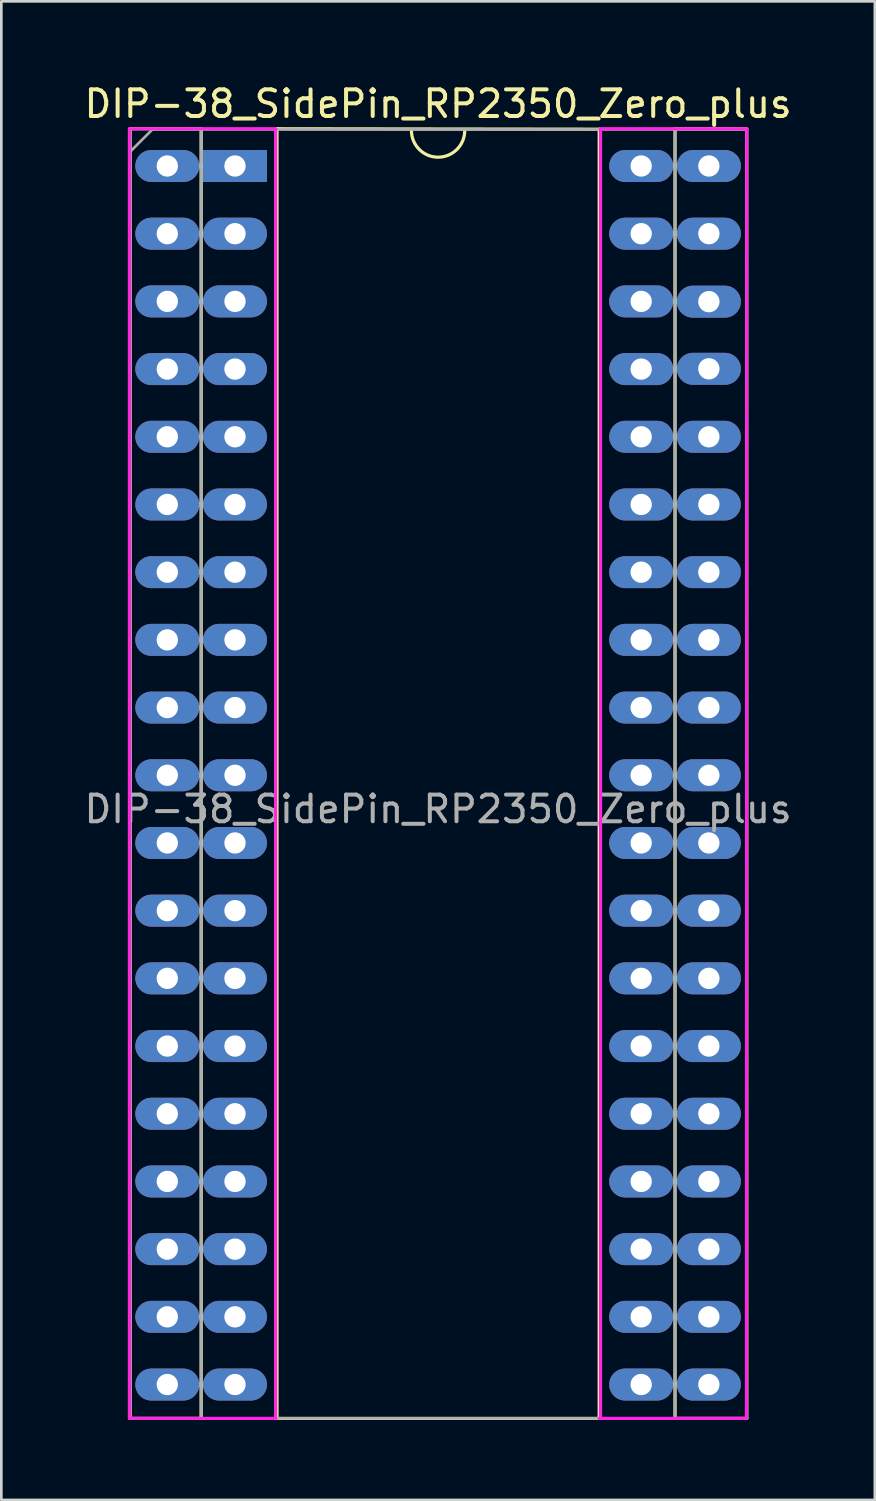
<source format=kicad_pcb>
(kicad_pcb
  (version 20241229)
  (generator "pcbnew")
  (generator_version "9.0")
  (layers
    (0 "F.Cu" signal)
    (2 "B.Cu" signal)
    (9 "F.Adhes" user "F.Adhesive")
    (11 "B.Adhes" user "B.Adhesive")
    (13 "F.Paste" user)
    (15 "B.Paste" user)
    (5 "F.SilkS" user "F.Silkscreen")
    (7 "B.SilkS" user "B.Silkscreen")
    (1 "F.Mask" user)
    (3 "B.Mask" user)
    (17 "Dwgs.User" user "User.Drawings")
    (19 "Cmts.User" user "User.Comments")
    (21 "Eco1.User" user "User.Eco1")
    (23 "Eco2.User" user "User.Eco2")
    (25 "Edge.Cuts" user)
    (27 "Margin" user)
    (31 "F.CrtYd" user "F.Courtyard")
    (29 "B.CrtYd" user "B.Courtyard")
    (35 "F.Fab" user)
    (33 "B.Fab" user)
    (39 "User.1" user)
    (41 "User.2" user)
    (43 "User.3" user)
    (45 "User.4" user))
  (footprint "DIP-38_SidePin_RP2350_Zero_plus"
    (layer "F.Cu")
    (at 5.767 3.178)
    (property "Reference" "DIP-38_SidePin_RP2350_Zero_plus" (at 7.62 -2.33 0) (layer "F.SilkS") (effects (font (size 1 1) (thickness 0.15))))
    (attr through_hole allow_missing_courtyard)
    (fp_line (start -1.422 17.78) (end -1.118 17.78) (stroke (width 0.2) (type default)) (layer "B.Cu"))
    (fp_line (start -1.422 20.32) (end -1.067 20.32) (stroke (width 0.2) (type default)) (layer "B.Cu"))
    (fp_line (start -1.422 22.86) (end -1.2 22.86) (stroke (width 0.2) (type default)) (layer "B.Cu"))
    (fp_line (start -1.422 25.4) (end -1.118 25.4) (stroke (width 0.2) (type default)) (layer "B.Cu"))
    (fp_line (start -1.422 30.48) (end -1.118 30.48) (stroke (width 0.2) (type default)) (layer "B.Cu"))
    (fp_line (start -1.422 33.02) (end -1.118 33.02) (stroke (width 0.2) (type default)) (layer "B.Cu"))
    (fp_line (start -1.422 35.56) (end -1.118 35.56) (stroke (width 0.2) (type default)) (layer "B.Cu"))
    (fp_line (start -1.422 40.64) (end -1.118 40.64) (stroke (width 0.2) (type default)) (layer "B.Cu"))
    (fp_line (start -1.422 45.72) (end -1.2 45.72) (stroke (width 0.2) (type default)) (layer "B.Cu"))
    (fp_line (start -1.372 43.18) (end -1.118 43.18) (stroke (width 0.2) (type default)) (layer "B.Cu"))
    (fp_line (start -1.34 0) (end -1.2 0) (stroke (width 0.2) (type default)) (layer "B.Cu"))
    (fp_line (start -1.34 2.54) (end -1.2 2.54) (stroke (width 0.2) (type default)) (layer "B.Cu"))
    (fp_line (start -1.34 5.08) (end -1.2 5.08) (stroke (width 0.2) (type default)) (layer "B.Cu"))
    (fp_line (start -1.34 7.62) (end -1.168 7.62) (stroke (width 0.2) (type default)) (layer "B.Cu"))
    (fp_line (start -1.34 10.16) (end -1.2 10.16) (stroke (width 0.2) (type default)) (layer "B.Cu"))
    (fp_line (start -1.34 12.7) (end -1.2 12.7) (stroke (width 0.2) (type default)) (layer "B.Cu"))
    (fp_line (start -1.34 15.24) (end -1.118 15.24) (stroke (width 0.2) (type default)) (layer "B.Cu"))
    (fp_line (start -1.34 27.94) (end -1.118 27.94) (stroke (width 0.2) (type default)) (layer "B.Cu"))
    (fp_line (start -1.34 38.1) (end -1.2 38.1) (stroke (width 0.2) (type default)) (layer "B.Cu"))
    (fp_line (start 16.256 43.18) (end 16.662 43.18) (stroke (width 0.2) (type default)) (layer "B.Cu"))
    (fp_line (start 16.307 17.78) (end 16.662 17.78) (stroke (width 0.2) (type default)) (layer "B.Cu"))
    (fp_line (start 16.307 30.48) (end 16.713 30.48) (stroke (width 0.2) (type default)) (layer "B.Cu"))
    (fp_line (start 16.358 15.24) (end 16.612 15.24) (stroke (width 0.2) (type default)) (layer "B.Cu"))
    (fp_line (start 16.358 22.86) (end 16.662 22.86) (stroke (width 0.2) (type default)) (layer "B.Cu"))
    (fp_line (start 16.358 27.94) (end 16.662 27.94) (stroke (width 0.2) (type default)) (layer "B.Cu"))
    (fp_line (start 16.358 35.56) (end 16.662 35.56) (stroke (width 0.2) (type default)) (layer "B.Cu"))
    (fp_line (start 16.358 38.1) (end 16.713 38.1) (stroke (width 0.2) (type default)) (layer "B.Cu"))
    (fp_line (start 16.358 45.72) (end 16.662 45.72) (stroke (width 0.2) (type default)) (layer "B.Cu"))
    (fp_line (start 16.408 20.32) (end 16.662 20.32) (stroke (width 0.2) (type default)) (layer "B.Cu"))
    (fp_line (start 16.44 0) (end 16.612 0) (stroke (width 0.2) (type default)) (layer "B.Cu"))
    (fp_line (start 16.44 2.54) (end 16.662 2.54) (stroke (width 0.2) (type default)) (layer "B.Cu"))
    (fp_line (start 16.44 5.08) (end 16.612 5.08) (stroke (width 0.2) (type default)) (layer "B.Cu"))
    (fp_line (start 16.44 7.62) (end 16.713 7.62) (stroke (width 0.2) (type default)) (layer "B.Cu"))
    (fp_line (start 16.44 10.16) (end 16.58 10.16) (stroke (width 0.2) (type default)) (layer "B.Cu"))
    (fp_line (start 16.44 12.7) (end 16.662 12.7) (stroke (width 0.2) (type default)) (layer "B.Cu"))
    (fp_line (start 16.44 25.4) (end 16.58 25.4) (stroke (width 0.2) (type default)) (layer "B.Cu"))
    (fp_line (start 16.44 33.02) (end 16.662 33.02) (stroke (width 0.2) (type default)) (layer "B.Cu"))
    (fp_line (start 16.44 40.64) (end 16.713 40.64) (stroke (width 0.2) (type default)) (layer "B.Cu"))
    (fp_line (start -3.937 -1.397) (end -3.937 46.99) (stroke (width 0.12) (type solid)) (layer "F.SilkS"))
    (fp_line (start -3.937 -1.397) (end -1.27 -1.397) (stroke (width 0.12) (type solid)) (layer "F.SilkS"))
    (fp_line (start -3.937 46.99) (end -1.27 46.99) (stroke (width 0.12) (type solid)) (layer "F.SilkS"))
    (fp_line (start -1.27 -1.397) (end -1.27 46.99) (stroke (width 0.12) (type solid)) (layer "F.SilkS"))
    (fp_line (start 1.575 -1.397) (end 1.575 46.99) (stroke (width 0.12) (type solid)) (layer "F.SilkS"))
    (fp_line (start 1.575 46.99) (end 13.665 46.99) (stroke (width 0.12) (type solid)) (layer "F.SilkS"))
    (fp_line (start 13.665 46.99) (end 13.666 -1.381) (stroke (width 0.12) (type solid)) (layer "F.SilkS"))
    (fp_line (start 13.666 -1.381) (end 1.575 -1.397) (stroke (width 0.12) (type solid)) (layer "F.SilkS"))
    (fp_line (start 16.51 -1.397) (end 19.2 -1.397) (stroke (width 0.12) (type solid)) (layer "F.SilkS"))
    (fp_line (start 16.51 46.99) (end 16.51 -1.397) (stroke (width 0.12) (type solid)) (layer "F.SilkS"))
    (fp_line (start 16.51 46.99) (end 19.202 46.99) (stroke (width 0.12) (type solid)) (layer "F.SilkS"))
    (fp_line (start 19.2 -1.397) (end 19.202 46.99) (stroke (width 0.12) (type solid)) (layer "F.SilkS"))
    (fp_arc (start 8.62 -1.33) (mid 7.62 -0.33) (end 6.62 -1.33) (stroke (width 0.12) (type solid)) (layer "F.SilkS"))
    (fp_line (start -3.962 -1.397) (end -3.962 46.99) (stroke (width 0.12) (type solid)) (layer "F.CrtYd"))
    (fp_line (start -3.937 46.99) (end 1.524 46.99) (stroke (width 0.12) (type solid)) (layer "F.CrtYd"))
    (fp_line (start 1.524 -1.397) (end -3.937 -1.397) (stroke (width 0.12) (type solid)) (layer "F.CrtYd"))
    (fp_line (start 1.524 46.99) (end 1.524 -1.397) (stroke (width 0.12) (type solid)) (layer "F.CrtYd"))
    (fp_line (start 13.665 46.99) (end 19.19 46.99) (stroke (width 0.12) (type solid)) (layer "F.CrtYd"))
    (fp_line (start 13.716 -1.397) (end 13.716 46.99) (stroke (width 0.12) (type solid)) (layer "F.CrtYd"))
    (fp_line (start 19.188 -1.397) (end 13.716 -1.397) (stroke (width 0.12) (type solid)) (layer "F.CrtYd"))
    (fp_line (start 19.202 -1.397) (end 19.19 46.99) (stroke (width 0.12) (type solid)) (layer "F.CrtYd"))
    (fp_line (start -3.937 46.99) (end -3.937 -0.533) (stroke (width 0.1) (type solid)) (layer "F.Fab"))
    (fp_line (start -3.937 46.99) (end 19.202 46.99) (stroke (width 0.1) (type solid)) (layer "F.Fab"))
    (fp_line (start -3.912 -0.559) (end -3.099 -1.372) (stroke (width 0.1) (type solid)) (layer "F.Fab"))
    (fp_line (start -1.27 -1.372) (end -1.27 46.99) (stroke (width 0.1) (type solid)) (layer "F.Fab"))
    (fp_line (start 1.524 46.99) (end 1.524 -1.372) (stroke (width 0.1) (type solid)) (layer "F.Fab"))
    (fp_line (start 13.716 46.99) (end 13.716 -1.372) (stroke (width 0.1) (type solid)) (layer "F.Fab"))
    (fp_line (start 16.51 46.99) (end 16.51 -1.372) (stroke (width 0.1) (type solid)) (layer "F.Fab"))
    (fp_line (start 19.202 -1.372) (end -3.099 -1.372) (stroke (width 0.1) (type solid)) (layer "F.Fab"))
    (fp_line (start 19.202 -1.372) (end 19.202 46.99) (stroke (width 0.1) (type solid)) (layer "F.Fab"))
    (fp_text user "${REFERENCE}" (at 7.62 24.13 0) (layer "F.Fab") (effects (font (size 1 1) (thickness 0.15))))
    (pad "1" thru_hole oval (at -2.54 0) (size 2.4 1.2) (drill 0.8) (layers "*.Cu" "*.Mask"))
    (pad "1" thru_hole rect (at 0 0) (size 2.4 1.2) (drill 0.8) (layers "*.Cu" "*.Mask"))
    (pad "2" thru_hole oval (at -2.54 2.54) (size 2.4 1.2) (drill 0.8) (layers "*.Cu" "*.Mask"))
    (pad "2" thru_hole oval (at 0 2.54) (size 2.4 1.2) (drill 0.8) (layers "*.Cu" "*.Mask"))
    (pad "3" thru_hole oval (at -2.54 5.08) (size 2.4 1.2) (drill 0.8) (layers "*.Cu" "*.Mask"))
    (pad "3" thru_hole oval (at 0 5.08) (size 2.4 1.2) (drill 0.8) (layers "*.Cu" "*.Mask"))
    (pad "4" thru_hole oval (at -2.54 7.62) (size 2.4 1.2) (drill 0.8) (layers "*.Cu" "*.Mask"))
    (pad "4" thru_hole oval (at 0 7.62) (size 2.4 1.2) (drill 0.8) (layers "*.Cu" "*.Mask"))
    (pad "5" thru_hole oval (at -2.54 10.16) (size 2.4 1.2) (drill 0.8) (layers "*.Cu" "*.Mask"))
    (pad "5" thru_hole oval (at 0 10.16) (size 2.4 1.2) (drill 0.8) (layers "*.Cu" "*.Mask"))
    (pad "6" thru_hole oval (at -2.54 12.7) (size 2.4 1.2) (drill 0.8) (layers "*.Cu" "*.Mask"))
    (pad "6" thru_hole oval (at 0 12.7) (size 2.4 1.2) (drill 0.8) (layers "*.Cu" "*.Mask"))
    (pad "7" thru_hole oval (at -2.54 15.24) (size 2.4 1.2) (drill 0.8) (layers "*.Cu" "*.Mask"))
    (pad "7" thru_hole oval (at 0 15.24) (size 2.4 1.2) (drill 0.8) (layers "*.Cu" "*.Mask"))
    (pad "8" thru_hole oval (at -2.54 17.78) (size 2.4 1.2) (drill 0.8) (layers "*.Cu" "*.Mask"))
    (pad "8" thru_hole oval (at 0 17.78) (size 2.4 1.2) (drill 0.8) (layers "*.Cu" "*.Mask"))
    (pad "9" thru_hole oval (at -2.54 20.32) (size 2.4 1.2) (drill 0.8) (layers "*.Cu" "*.Mask"))
    (pad "9" thru_hole oval (at 0 20.32) (size 2.4 1.2) (drill 0.8) (layers "*.Cu" "*.Mask"))
    (pad "10" thru_hole oval (at -2.54 22.86) (size 2.4 1.2) (drill 0.8) (layers "*.Cu" "*.Mask"))
    (pad "10" thru_hole oval (at 0 22.86) (size 2.4 1.2) (drill 0.8) (layers "*.Cu" "*.Mask"))
    (pad "11" thru_hole oval (at -2.54 25.4) (size 2.4 1.2) (drill 0.8) (layers "*.Cu" "*.Mask"))
    (pad "11" thru_hole oval (at 0 25.4) (size 2.4 1.2) (drill 0.8) (layers "*.Cu" "*.Mask"))
    (pad "12" thru_hole oval (at -2.54 27.94) (size 2.4 1.2) (drill 0.8) (layers "*.Cu" "*.Mask"))
    (pad "12" thru_hole oval (at 0 27.94) (size 2.4 1.2) (drill 0.8) (layers "*.Cu" "*.Mask"))
    (pad "13" thru_hole oval (at -2.54 30.48) (size 2.4 1.2) (drill 0.8) (layers "*.Cu" "*.Mask"))
    (pad "13" thru_hole oval (at 0 30.48) (size 2.4 1.2) (drill 0.8) (layers "*.Cu" "*.Mask"))
    (pad "14" thru_hole oval (at -2.54 33.02) (size 2.4 1.2) (drill 0.8) (layers "*.Cu" "*.Mask"))
    (pad "14" thru_hole oval (at 0 33.02) (size 2.4 1.2) (drill 0.8) (layers "*.Cu" "*.Mask"))
    (pad "15" thru_hole oval (at -2.54 35.56) (size 2.4 1.2) (drill 0.8) (layers "*.Cu" "*.Mask"))
    (pad "15" thru_hole oval (at 0 35.56) (size 2.4 1.2) (drill 0.8) (layers "*.Cu" "*.Mask"))
    (pad "16" thru_hole oval (at -2.54 38.1) (size 2.4 1.2) (drill 0.8) (layers "*.Cu" "*.Mask"))
    (pad "16" thru_hole oval (at 0 38.1) (size 2.4 1.2) (drill 0.8) (layers "*.Cu" "*.Mask"))
    (pad "17" thru_hole oval (at -2.54 40.64) (size 2.4 1.2) (drill 0.8) (layers "*.Cu" "*.Mask"))
    (pad "17" thru_hole oval (at 0 40.64) (size 2.4 1.2) (drill 0.8) (layers "*.Cu" "*.Mask"))
    (pad "18" thru_hole oval (at -2.54 43.18) (size 2.4 1.2) (drill 0.8) (layers "*.Cu" "*.Mask"))
    (pad "18" thru_hole oval (at 0 43.18) (size 2.4 1.2) (drill 0.8) (layers "*.Cu" "*.Mask"))
    (pad "19" thru_hole oval (at -2.54 45.72) (size 2.4 1.2) (drill 0.8) (layers "*.Cu" "*.Mask"))
    (pad "19" thru_hole oval (at 0 45.72) (size 2.4 1.2) (drill 0.8) (layers "*.Cu" "*.Mask"))
    (pad "20" thru_hole oval (at 15.24 45.72) (size 2.4 1.2) (drill 0.8) (layers "*.Cu" "*.Mask"))
    (pad "20" thru_hole oval (at 17.78 45.72) (size 2.4 1.2) (drill 0.8) (layers "*.Cu" "*.Mask"))
    (pad "21" thru_hole oval (at 15.24 43.18) (size 2.4 1.2) (drill 0.8) (layers "*.Cu" "*.Mask"))
    (pad "21" thru_hole oval (at 17.78 43.18) (size 2.4 1.2) (drill 0.8) (layers "*.Cu" "*.Mask"))
    (pad "22" thru_hole oval (at 15.24 40.64) (size 2.4 1.2) (drill 0.8) (layers "*.Cu" "*.Mask"))
    (pad "22" thru_hole oval (at 17.78 40.64) (size 2.4 1.2) (drill 0.8) (layers "*.Cu" "*.Mask"))
    (pad "23" thru_hole oval (at 15.24 38.1) (size 2.4 1.2) (drill 0.8) (layers "*.Cu" "*.Mask"))
    (pad "23" thru_hole oval (at 17.78 38.1) (size 2.4 1.2) (drill 0.8) (layers "*.Cu" "*.Mask"))
    (pad "24" thru_hole oval (at 15.24 35.56) (size 2.4 1.2) (drill 0.8) (layers "*.Cu" "*.Mask"))
    (pad "24" thru_hole oval (at 17.78 35.56) (size 2.4 1.2) (drill 0.8) (layers "*.Cu" "*.Mask"))
    (pad "25" thru_hole oval (at 15.24 33.02) (size 2.4 1.2) (drill 0.8) (layers "*.Cu" "*.Mask"))
    (pad "25" thru_hole oval (at 17.78 33.02) (size 2.4 1.2) (drill 0.8) (layers "*.Cu" "*.Mask"))
    (pad "26" thru_hole oval (at 15.24 30.48) (size 2.4 1.2) (drill 0.8) (layers "*.Cu" "*.Mask"))
    (pad "26" thru_hole oval (at 17.78 30.48) (size 2.4 1.2) (drill 0.8) (layers "*.Cu" "*.Mask"))
    (pad "27" thru_hole oval (at 15.24 27.94) (size 2.4 1.2) (drill 0.8) (layers "*.Cu" "*.Mask"))
    (pad "27" thru_hole oval (at 17.78 27.94) (size 2.4 1.2) (drill 0.8) (layers "*.Cu" "*.Mask"))
    (pad "28" thru_hole oval (at 15.24 25.4) (size 2.4 1.2) (drill 0.8) (layers "*.Cu" "*.Mask"))
    (pad "28" thru_hole oval (at 17.78 25.4) (size 2.4 1.2) (drill 0.8) (layers "*.Cu" "*.Mask"))
    (pad "29" thru_hole oval (at 15.24 22.86) (size 2.4 1.2) (drill 0.8) (layers "*.Cu" "*.Mask"))
    (pad "29" thru_hole oval (at 17.78 22.86) (size 2.4 1.2) (drill 0.8) (layers "*.Cu" "*.Mask"))
    (pad "30" thru_hole oval (at 15.24 20.32) (size 2.4 1.2) (drill 0.8) (layers "*.Cu" "*.Mask"))
    (pad "30" thru_hole oval (at 17.78 20.32) (size 2.4 1.2) (drill 0.8) (layers "*.Cu" "*.Mask"))
    (pad "31" thru_hole oval (at 15.24 17.78) (size 2.4 1.2) (drill 0.8) (layers "*.Cu" "*.Mask"))
    (pad "31" thru_hole oval (at 17.78 17.78) (size 2.4 1.2) (drill 0.8) (layers "*.Cu" "*.Mask"))
    (pad "32" thru_hole oval (at 15.24 15.24) (size 2.4 1.2) (drill 0.8) (layers "*.Cu" "*.Mask"))
    (pad "32" thru_hole oval (at 17.78 15.24) (size 2.4 1.2) (drill 0.8) (layers "*.Cu" "*.Mask"))
    (pad "33" thru_hole oval (at 15.24 12.7) (size 2.4 1.2) (drill 0.8) (layers "*.Cu" "*.Mask"))
    (pad "33" thru_hole oval (at 17.78 12.7) (size 2.4 1.2) (drill 0.8) (layers "*.Cu" "*.Mask"))
    (pad "34" thru_hole oval (at 15.24 10.16) (size 2.4 1.2) (drill 0.8) (layers "*.Cu" "*.Mask"))
    (pad "34" thru_hole oval (at 17.78 10.16) (size 2.4 1.2) (drill 0.8) (layers "*.Cu" "*.Mask"))
    (pad "35" thru_hole oval (at 15.24 7.62) (size 2.4 1.2) (drill 0.8) (layers "*.Cu" "*.Mask"))
    (pad "35" thru_hole oval (at 17.78 7.61) (size 2.4 1.2) (drill 0.8) (layers "*.Cu" "*.Mask"))
    (pad "36" thru_hole oval (at 15.24 5.08) (size 2.4 1.2) (drill 0.8) (layers "*.Cu" "*.Mask"))
    (pad "36" thru_hole oval (at 17.78 5.09) (size 2.4 1.2) (drill 0.8) (layers "*.Cu" "*.Mask"))
    (pad "37" thru_hole oval (at 15.24 2.54) (size 2.4 1.2) (drill 0.8) (layers "*.Cu" "*.Mask"))
    (pad "37" thru_hole oval (at 17.78 2.54) (size 2.4 1.2) (drill 0.8) (layers "*.Cu" "*.Mask"))
    (pad "38" thru_hole oval (at 15.24 0) (size 2.4 1.2) (drill 0.8) (layers "*.Cu" "*.Mask"))
    (pad "38" thru_hole oval (at 17.78 0) (size 2.4 1.2) (drill 0.8) (layers "*.Cu" "*.Mask")))
  (gr_rect
    (start -3 -3)
    (end 29.774 53.228)
    (stroke (width 0.1) (type default))
    (fill no)
    (layer "Edge.Cuts")))
</source>
